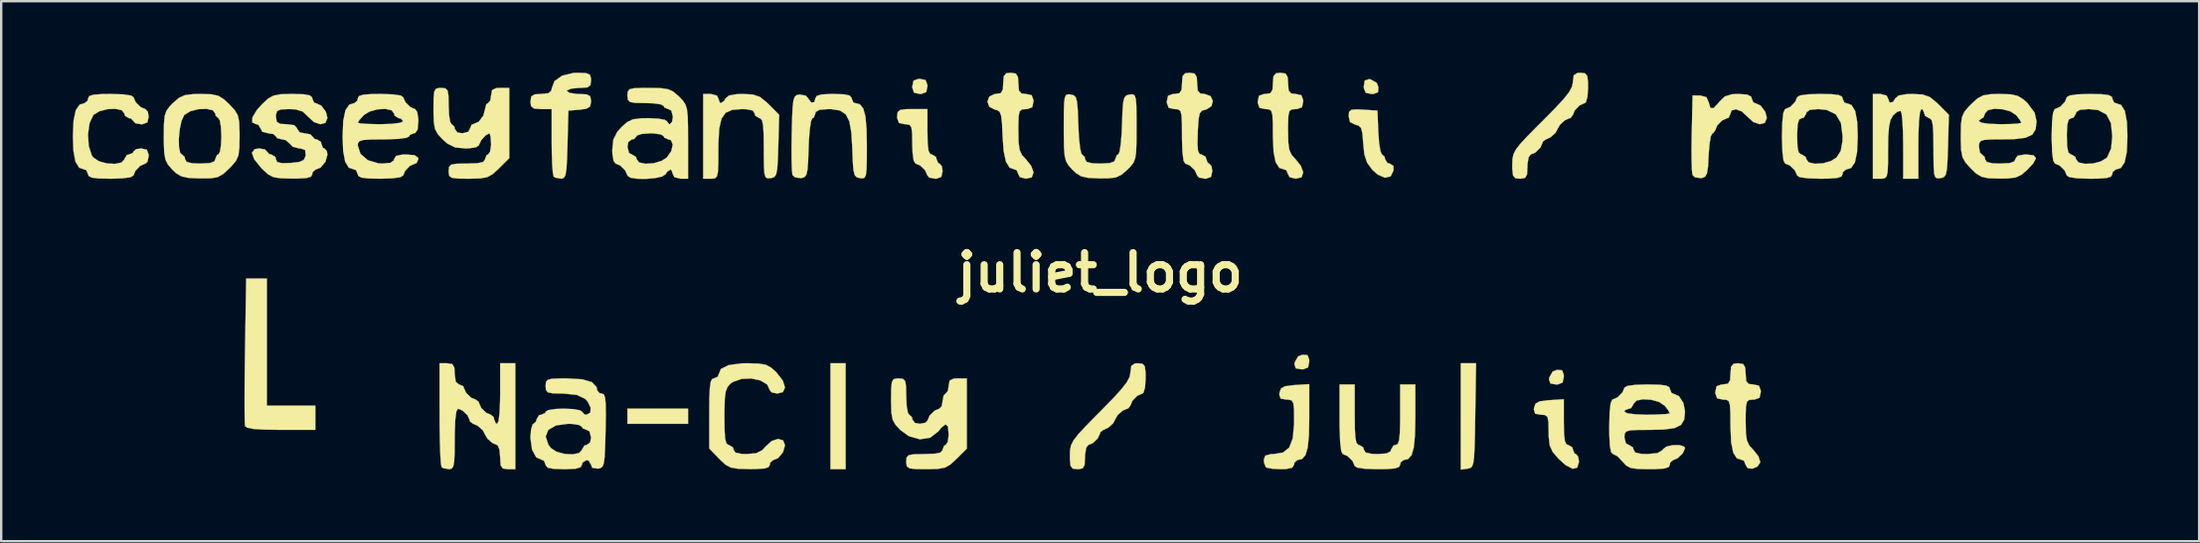
<source format=kicad_pcb>
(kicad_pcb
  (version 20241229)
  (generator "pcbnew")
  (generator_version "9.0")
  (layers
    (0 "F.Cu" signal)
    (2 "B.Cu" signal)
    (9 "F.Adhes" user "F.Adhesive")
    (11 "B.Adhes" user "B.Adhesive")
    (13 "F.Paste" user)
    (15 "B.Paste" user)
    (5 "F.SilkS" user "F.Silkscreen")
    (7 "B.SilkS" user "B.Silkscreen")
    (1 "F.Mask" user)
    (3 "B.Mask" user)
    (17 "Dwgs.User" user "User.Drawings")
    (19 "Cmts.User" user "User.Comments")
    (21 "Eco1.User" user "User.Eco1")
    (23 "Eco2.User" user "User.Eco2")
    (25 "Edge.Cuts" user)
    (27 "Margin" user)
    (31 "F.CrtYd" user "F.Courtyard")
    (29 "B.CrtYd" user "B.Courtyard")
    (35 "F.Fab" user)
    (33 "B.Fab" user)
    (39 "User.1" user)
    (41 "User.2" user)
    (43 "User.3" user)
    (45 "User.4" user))
  (footprint "juliet_logo"
    (layer "F.Cu")
    (at 43.058 8.387)
    (property "Reference" "juliet_logo" (at 0 0 0) (layer "F.SilkS") (effects (font (size 1.524 1.524) (thickness 0.3))))
    (attr through_hole)
    (fp_poly (pts (xy -17.272 6.35) (xy -19.812 6.35) (xy -19.812 5.715) (xy -17.272 5.715) (xy -17.272 6.35)) (stroke (width 0.01) (type solid)) (fill yes) (layer "F.SilkS"))
    (fp_poly (pts (xy -10.668 8.255) (xy -11.303 8.255) (xy -11.303 3.81) (xy -10.668 3.81) (xy -10.668 8.255)) (stroke (width 0.01) (type solid)) (fill yes) (layer "F.SilkS"))
    (fp_poly (pts (xy 8.691 3.469) (xy 8.76 3.65) (xy 8.763 3.738) (xy 8.714 3.983) (xy 8.517 4.062) (xy 8.437 4.064) (xy 8.199 4.023) (xy 8.143 3.855) (xy 8.151 3.778) (xy 8.296 3.522) (xy 8.477 3.452) (xy 8.691 3.469)) (stroke (width 0.01) (type solid)) (fill yes) (layer "F.SilkS"))
    (fp_poly (pts (xy 11.335 -8.105) (xy 11.591 -7.96) (xy 11.661 -7.779) (xy 11.644 -7.565) (xy 11.463 -7.496) (xy 11.375 -7.493) (xy 11.13 -7.542) (xy 11.051 -7.739) (xy 11.049 -7.819) (xy 11.09 -8.057) (xy 11.258 -8.113) (xy 11.335 -8.105)) (stroke (width 0.01) (type solid)) (fill yes) (layer "F.SilkS"))
    (fp_poly (pts (xy 19.359 4.104) (xy 19.428 4.285) (xy 19.431 4.373) (xy 19.382 4.618) (xy 19.185 4.697) (xy 19.105 4.699) (xy 18.867 4.658) (xy 18.811 4.49) (xy 18.819 4.413) (xy 18.964 4.157) (xy 19.145 4.087) (xy 19.359 4.104)) (stroke (width 0.01) (type solid)) (fill yes) (layer "F.SilkS"))
    (fp_poly (pts (xy -7.315 -8.076) (xy -7.24 -7.869) (xy -7.239 -7.811) (xy -7.291 -7.569) (xy -7.498 -7.494) (xy -7.556 -7.493) (xy -7.798 -7.545) (xy -7.873 -7.752) (xy -7.874 -7.811) (xy -7.822 -8.052) (xy -7.615 -8.127) (xy -7.556 -8.128) (xy -7.315 -8.076)) (stroke (width 0.01) (type solid)) (fill yes) (layer "F.SilkS"))
    (fp_poly (pts (xy 15.719 6.001) (xy 15.706 6.793) (xy 15.691 7.368) (xy 15.669 7.761) (xy 15.635 8.008) (xy 15.584 8.144) (xy 15.511 8.206) (xy 15.411 8.23) (xy 15.399 8.232) (xy 15.113 8.273) (xy 15.113 3.81) (xy 15.754 3.81) (xy 15.719 6.001)) (stroke (width 0.01) (type solid)) (fill yes) (layer "F.SilkS"))
    (fp_poly (pts (xy -34.925 5.588) (xy -32.893 5.588) (xy -32.893 6.604) (xy -34.34 6.604) (xy -35.029 6.595) (xy -35.491 6.565) (xy -35.753 6.512) (xy -35.837 6.445) (xy -35.849 6.278) (xy -35.856 5.894) (xy -35.858 5.331) (xy -35.855 4.626) (xy -35.847 3.817) (xy -35.839 3.27) (xy -35.79 0.254) (xy -34.925 0.254) (xy -34.925 5.588)) (stroke (width 0.01) (type solid)) (fill yes) (layer "F.SilkS"))
    (fp_poly (pts (xy 11.017 -6.833) (xy 11.62 -6.795) (xy 11.658 -5.874) (xy 11.691 -5.427) (xy 11.745 -5.1) (xy 11.808 -4.955) (xy 11.817 -4.953) (xy 11.924 -4.85) (xy 11.938 -4.763) (xy 12.04 -4.596) (xy 12.137 -4.572) (xy 12.288 -4.477) (xy 12.296 -4.286) (xy 12.173 -4.035) (xy 11.934 -3.977) (xy 11.628 -4.111) (xy 11.405 -4.312) (xy 11.188 -4.608) (xy 11.073 -4.953) (xy 11.024 -5.424) (xy 10.991 -5.844) (xy 10.93 -6.072) (xy 10.816 -6.173) (xy 10.7 -6.2) (xy 10.473 -6.311) (xy 10.414 -6.556) (xy 10.433 -6.745) (xy 10.536 -6.832) (xy 10.787 -6.846) (xy 11.017 -6.833)) (stroke (width 0.01) (type solid)) (fill yes) (layer "F.SilkS"))
    (fp_poly (pts (xy 19.431 6.28) (xy 19.441 6.784) (xy 19.477 7.081) (xy 19.547 7.216) (xy 19.622 7.239) (xy 19.79 7.341) (xy 19.812 7.429) (xy 19.881 7.599) (xy 19.939 7.62) (xy 20.034 7.729) (xy 20.066 7.938) (xy 19.996 8.19) (xy 19.803 8.238) (xy 19.507 8.085) (xy 19.209 7.816) (xy 18.964 7.53) (xy 18.841 7.259) (xy 18.799 6.894) (xy 18.796 6.678) (xy 18.788 6.275) (xy 18.746 6.063) (xy 18.642 5.982) (xy 18.47 5.969) (xy 18.232 5.928) (xy 18.176 5.76) (xy 18.184 5.683) (xy 18.246 5.505) (xy 18.414 5.41) (xy 18.756 5.364) (xy 18.828 5.359) (xy 19.431 5.32) (xy 19.431 6.28)) (stroke (width 0.01) (type solid)) (fill yes) (layer "F.SilkS"))
    (fp_poly (pts (xy -7.239 -5.905) (xy -7.229 -5.403) (xy -7.193 -5.108) (xy -7.122 -4.975) (xy -7.048 -4.953) (xy -6.88 -4.851) (xy -6.858 -4.763) (xy -6.789 -4.593) (xy -6.731 -4.572) (xy -6.636 -4.463) (xy -6.604 -4.255) (xy -6.656 -4.013) (xy -6.863 -3.938) (xy -6.921 -3.937) (xy -7.16 -3.984) (xy -7.239 -4.073) (xy -7.335 -4.289) (xy -7.546 -4.493) (xy -7.738 -4.572) (xy -7.815 -4.692) (xy -7.862 -5.024) (xy -7.874 -5.397) (xy -7.88 -5.841) (xy -7.911 -6.088) (xy -7.99 -6.196) (xy -8.14 -6.223) (xy -8.191 -6.223) (xy -8.433 -6.275) (xy -8.508 -6.482) (xy -8.509 -6.54) (xy -8.488 -6.729) (xy -8.383 -6.823) (xy -8.129 -6.855) (xy -7.874 -6.858) (xy -7.239 -6.858) (xy -7.239 -5.905)) (stroke (width 0.01) (type solid)) (fill yes) (layer "F.SilkS"))
    (fp_poly (pts (xy 8.763 6.098) (xy 8.749 6.828) (xy 8.699 7.338) (xy 8.606 7.661) (xy 8.46 7.828) (xy 8.264 7.874) (xy 8.143 7.977) (xy 8.128 8.065) (xy 8.05 8.192) (xy 7.789 8.249) (xy 7.578 8.255) (xy 7.221 8.237) (xy 6.982 8.192) (xy 6.943 8.17) (xy 6.87 7.984) (xy 6.858 7.853) (xy 6.922 7.686) (xy 7.154 7.623) (xy 7.274 7.62) (xy 7.664 7.556) (xy 7.924 7.346) (xy 8.072 6.957) (xy 8.127 6.361) (xy 8.128 6.222) (xy 8.124 5.758) (xy 8.097 5.492) (xy 8.027 5.37) (xy 7.894 5.336) (xy 7.802 5.334) (xy 7.564 5.293) (xy 7.508 5.125) (xy 7.516 5.048) (xy 7.578 4.87) (xy 7.746 4.775) (xy 8.088 4.729) (xy 8.16 4.724) (xy 8.763 4.685) (xy 8.763 6.098)) (stroke (width 0.01) (type solid)) (fill yes) (layer "F.SilkS"))
    (fp_poly (pts (xy 10.668 5.969) (xy 10.674 6.561) (xy 10.697 6.941) (xy 10.743 7.151) (xy 10.819 7.233) (xy 10.858 7.239) (xy 11.027 7.341) (xy 11.049 7.429) (xy 11.124 7.555) (xy 11.378 7.612) (xy 11.62 7.62) (xy 11.997 7.595) (xy 12.169 7.51) (xy 12.192 7.429) (xy 12.294 7.261) (xy 12.383 7.239) (xy 12.471 7.197) (xy 12.528 7.043) (xy 12.56 6.736) (xy 12.572 6.233) (xy 12.573 5.969) (xy 12.573 4.699) (xy 13.208 4.699) (xy 13.208 6.105) (xy 13.193 6.834) (xy 13.144 7.342) (xy 13.05 7.664) (xy 12.902 7.83) (xy 12.709 7.874) (xy 12.588 7.977) (xy 12.573 8.065) (xy 12.523 8.165) (xy 12.343 8.224) (xy 11.986 8.251) (xy 11.62 8.255) (xy 11.099 8.238) (xy 10.771 8.189) (xy 10.668 8.119) (xy 10.572 7.903) (xy 10.361 7.699) (xy 10.169 7.62) (xy 10.103 7.495) (xy 10.058 7.125) (xy 10.036 6.519) (xy 10.033 6.16) (xy 10.033 4.699) (xy 10.668 4.699) (xy 10.668 5.969)) (stroke (width 0.01) (type solid)) (fill yes) (layer "F.SilkS"))
    (fp_poly (pts (xy -21.554 -8.369) (xy -21.387 -8.304) (xy -21.338 -8.149) (xy -21.336 -8.065) (xy -21.364 -7.86) (xy -21.495 -7.769) (xy -21.8 -7.747) (xy -21.844 -7.747) (xy -22.162 -7.719) (xy -22.339 -7.648) (xy -22.352 -7.62) (xy -22.239 -7.54) (xy -21.958 -7.496) (xy -21.844 -7.493) (xy -21.516 -7.475) (xy -21.371 -7.393) (xy -21.336 -7.204) (xy -21.336 -7.183) (xy -21.373 -6.974) (xy -21.531 -6.873) (xy -21.812 -6.834) (xy -22.288 -6.795) (xy -22.324 -5.366) (xy -22.344 -4.743) (xy -22.37 -4.331) (xy -22.412 -4.088) (xy -22.476 -3.971) (xy -22.57 -3.937) (xy -22.589 -3.937) (xy -22.829 -3.979) (xy -22.902 -4.022) (xy -22.937 -4.176) (xy -22.965 -4.529) (xy -22.982 -5.023) (xy -22.987 -5.482) (xy -22.987 -6.858) (xy -23.431 -6.858) (xy -23.732 -6.882) (xy -23.855 -6.988) (xy -23.876 -7.176) (xy -23.843 -7.39) (xy -23.693 -7.478) (xy -23.431 -7.493) (xy -23.119 -7.525) (xy -22.996 -7.642) (xy -22.987 -7.719) (xy -22.871 -8.03) (xy -22.555 -8.258) (xy -22.088 -8.374) (xy -21.906 -8.382) (xy -21.554 -8.369)) (stroke (width 0.01) (type solid)) (fill yes) (layer "F.SilkS"))
    (fp_poly (pts (xy -3.532 -8.349) (xy -3.444 -8.199) (xy -3.429 -7.938) (xy -3.405 -7.637) (xy -3.299 -7.514) (xy -3.111 -7.493) (xy -2.87 -7.441) (xy -2.795 -7.234) (xy -2.794 -7.176) (xy -2.846 -6.934) (xy -3.053 -6.859) (xy -3.111 -6.858) (xy -3.276 -6.845) (xy -3.371 -6.771) (xy -3.415 -6.579) (xy -3.428 -6.216) (xy -3.429 -5.952) (xy -3.419 -5.459) (xy -3.375 -5.145) (xy -3.277 -4.932) (xy -3.111 -4.751) (xy -2.892 -4.475) (xy -2.794 -4.208) (xy -2.794 -4.197) (xy -2.865 -3.994) (xy -3.111 -3.937) (xy -3.367 -4.003) (xy -3.429 -4.128) (xy -3.502 -4.296) (xy -3.565 -4.318) (xy -3.792 -4.397) (xy -3.949 -4.652) (xy -4.046 -5.107) (xy -4.09 -5.732) (xy -4.113 -6.253) (xy -4.148 -6.572) (xy -4.21 -6.741) (xy -4.314 -6.814) (xy -4.413 -6.835) (xy -4.648 -6.958) (xy -4.724 -7.172) (xy -4.647 -7.382) (xy -4.422 -7.491) (xy -4.381 -7.493) (xy -4.167 -7.526) (xy -4.079 -7.676) (xy -4.064 -7.938) (xy -4.04 -8.238) (xy -3.934 -8.361) (xy -3.747 -8.382) (xy -3.532 -8.349)) (stroke (width 0.01) (type solid)) (fill yes) (layer "F.SilkS"))
    (fp_poly (pts (xy 27.121 -7.466) (xy 27.286 -7.377) (xy 27.305 -7.303) (xy 27.378 -7.134) (xy 27.441 -7.112) (xy 27.68 -7.004) (xy 27.873 -6.748) (xy 27.94 -6.486) (xy 27.853 -6.277) (xy 27.639 -6.223) (xy 27.369 -6.318) (xy 27.127 -6.54) (xy 26.888 -6.761) (xy 26.643 -6.852) (xy 26.463 -6.802) (xy 26.416 -6.668) (xy 26.343 -6.499) (xy 26.28 -6.477) (xy 26.064 -6.381) (xy 25.86 -6.17) (xy 25.781 -5.978) (xy 25.694 -5.847) (xy 25.66 -5.842) (xy 25.596 -5.726) (xy 25.54 -5.418) (xy 25.504 -4.983) (xy 25.501 -4.921) (xy 25.475 -4.443) (xy 25.432 -4.162) (xy 25.354 -4.022) (xy 25.222 -3.967) (xy 25.177 -3.96) (xy 24.927 -3.995) (xy 24.824 -4.094) (xy 24.801 -4.283) (xy 24.787 -4.67) (xy 24.784 -5.2) (xy 24.792 -5.817) (xy 24.793 -5.849) (xy 24.828 -7.429) (xy 25.146 -7.429) (xy 25.408 -7.36) (xy 25.504 -7.144) (xy 25.574 -6.908) (xy 25.702 -6.897) (xy 25.911 -7.113) (xy 25.959 -7.176) (xy 26.181 -7.39) (xy 26.481 -7.481) (xy 26.751 -7.493) (xy 27.121 -7.466)) (stroke (width 0.01) (type solid)) (fill yes) (layer "F.SilkS"))
    (fp_poly (pts (xy -14.553 -7.47) (xy -14.258 -7.368) (xy -13.971 -7.137) (xy -13.889 -7.057) (xy -13.453 -6.62) (xy -13.489 -5.31) (xy -13.509 -4.722) (xy -13.535 -4.34) (xy -13.58 -4.118) (xy -13.654 -4.01) (xy -13.768 -3.967) (xy -13.811 -3.96) (xy -13.941 -3.952) (xy -14.023 -4.002) (xy -14.07 -4.154) (xy -14.091 -4.454) (xy -14.097 -4.946) (xy -14.097 -5.198) (xy -14.103 -5.793) (xy -14.126 -6.175) (xy -14.172 -6.387) (xy -14.246 -6.47) (xy -14.287 -6.477) (xy -14.456 -6.579) (xy -14.478 -6.668) (xy -14.556 -6.796) (xy -14.821 -6.852) (xy -15.021 -6.858) (xy -15.42 -6.826) (xy -15.696 -6.704) (xy -15.871 -6.455) (xy -15.965 -6.043) (xy -16 -5.429) (xy -16.002 -5.142) (xy -16.004 -4.584) (xy -16.019 -4.231) (xy -16.06 -4.038) (xy -16.138 -3.956) (xy -16.266 -3.937) (xy -16.32 -3.937) (xy -16.637 -3.937) (xy -16.637 -7.493) (xy -16.32 -7.493) (xy -16.064 -7.427) (xy -16.002 -7.303) (xy -15.941 -7.133) (xy -15.889 -7.112) (xy -15.75 -7.213) (xy -15.702 -7.303) (xy -15.554 -7.429) (xy -15.213 -7.487) (xy -14.977 -7.493) (xy -14.553 -7.47)) (stroke (width 0.01) (type solid)) (fill yes) (layer "F.SilkS"))
    (fp_poly (pts (xy 1.776 3.831) (xy 1.87 3.936) (xy 1.902 4.19) (xy 1.905 4.445) (xy 1.88 4.824) (xy 1.815 5.047) (xy 1.769 5.08) (xy 1.553 5.176) (xy 1.349 5.387) (xy 1.27 5.579) (xy 1.172 5.709) (xy 1.134 5.715) (xy 0.943 5.798) (xy 0.738 5.979) (xy 0.635 6.152) (xy 0.635 6.16) (xy 0.542 6.33) (xy 0.339 6.513) (xy 0.144 6.604) (xy 0.136 6.604) (xy 0.006 6.702) (xy 0 6.74) (xy -0.096 6.956) (xy -0.307 7.16) (xy -0.499 7.239) (xy -0.584 7.352) (xy -0.632 7.633) (xy -0.635 7.747) (xy -0.652 8.074) (xy -0.734 8.22) (xy -0.925 8.255) (xy -0.953 8.255) (xy -1.148 8.231) (xy -1.241 8.115) (xy -1.269 7.838) (xy -1.27 7.684) (xy -1.262 7.45) (xy -1.221 7.252) (xy -1.119 7.049) (xy -0.928 6.8) (xy -0.619 6.465) (xy -0.167 6.003) (xy 0 5.836) (xy 0.524 5.3) (xy 0.887 4.901) (xy 1.115 4.607) (xy 1.234 4.383) (xy 1.27 4.195) (xy 1.27 4.185) (xy 1.306 3.915) (xy 1.456 3.818) (xy 1.587 3.81) (xy 1.776 3.831)) (stroke (width 0.01) (type solid)) (fill yes) (layer "F.SilkS"))
    (fp_poly (pts (xy 20.318 -8.361) (xy 20.412 -8.256) (xy 20.444 -8.002) (xy 20.447 -7.747) (xy 20.422 -7.368) (xy 20.357 -7.145) (xy 20.311 -7.112) (xy 20.095 -7.016) (xy 19.891 -6.805) (xy 19.812 -6.613) (xy 19.714 -6.483) (xy 19.676 -6.477) (xy 19.485 -6.394) (xy 19.28 -6.213) (xy 19.177 -6.04) (xy 19.177 -6.033) (xy 19.084 -5.862) (xy 18.881 -5.679) (xy 18.686 -5.588) (xy 18.678 -5.588) (xy 18.548 -5.49) (xy 18.542 -5.452) (xy 18.446 -5.236) (xy 18.235 -5.032) (xy 18.043 -4.953) (xy 17.958 -4.84) (xy 17.91 -4.559) (xy 17.907 -4.445) (xy 17.89 -4.118) (xy 17.808 -3.972) (xy 17.617 -3.937) (xy 17.59 -3.937) (xy 17.395 -3.96) (xy 17.302 -4.075) (xy 17.273 -4.348) (xy 17.272 -4.518) (xy 17.279 -4.755) (xy 17.318 -4.953) (xy 17.418 -5.155) (xy 17.606 -5.399) (xy 17.91 -5.727) (xy 18.358 -6.179) (xy 18.542 -6.362) (xy 19.065 -6.892) (xy 19.428 -7.285) (xy 19.655 -7.575) (xy 19.774 -7.797) (xy 19.812 -7.986) (xy 19.812 -8.004) (xy 19.847 -8.275) (xy 19.994 -8.373) (xy 20.13 -8.382) (xy 20.318 -8.361)) (stroke (width 0.01) (type solid)) (fill yes) (layer "F.SilkS"))
    (fp_poly (pts (xy 7.771 -8.349) (xy 7.859 -8.199) (xy 7.874 -7.938) (xy 7.898 -7.637) (xy 8.004 -7.514) (xy 8.191 -7.493) (xy 8.433 -7.441) (xy 8.508 -7.234) (xy 8.509 -7.176) (xy 8.457 -6.934) (xy 8.25 -6.859) (xy 8.191 -6.858) (xy 8.027 -6.845) (xy 7.932 -6.771) (xy 7.888 -6.579) (xy 7.875 -6.216) (xy 7.874 -5.952) (xy 7.884 -5.459) (xy 7.928 -5.145) (xy 8.026 -4.932) (xy 8.191 -4.751) (xy 8.411 -4.475) (xy 8.509 -4.208) (xy 8.509 -4.197) (xy 8.438 -3.994) (xy 8.191 -3.937) (xy 7.936 -4.003) (xy 7.874 -4.128) (xy 7.801 -4.296) (xy 7.738 -4.318) (xy 7.508 -4.391) (xy 7.355 -4.63) (xy 7.268 -5.06) (xy 7.239 -5.711) (xy 7.239 -5.769) (xy 7.236 -6.295) (xy 7.218 -6.616) (xy 7.169 -6.784) (xy 7.076 -6.848) (xy 6.924 -6.858) (xy 6.921 -6.858) (xy 6.68 -6.91) (xy 6.605 -7.117) (xy 6.604 -7.176) (xy 6.656 -7.417) (xy 6.863 -7.492) (xy 6.921 -7.493) (xy 7.136 -7.526) (xy 7.224 -7.676) (xy 7.239 -7.938) (xy 7.263 -8.238) (xy 7.369 -8.361) (xy 7.556 -8.382) (xy 7.771 -8.349)) (stroke (width 0.01) (type solid)) (fill yes) (layer "F.SilkS"))
    (fp_poly (pts (xy 26.948 3.843) (xy 27.036 3.993) (xy 27.051 4.255) (xy 27.075 4.555) (xy 27.181 4.678) (xy 27.369 4.699) (xy 27.61 4.751) (xy 27.685 4.958) (xy 27.686 5.016) (xy 27.634 5.258) (xy 27.427 5.333) (xy 27.369 5.334) (xy 27.204 5.347) (xy 27.109 5.421) (xy 27.065 5.613) (xy 27.052 5.976) (xy 27.051 6.24) (xy 27.061 6.731) (xy 27.104 7.045) (xy 27.202 7.258) (xy 27.374 7.446) (xy 27.377 7.449) (xy 27.587 7.712) (xy 27.664 7.951) (xy 27.662 7.971) (xy 27.542 8.148) (xy 27.333 8.234) (xy 27.136 8.213) (xy 27.051 8.073) (xy 26.98 7.899) (xy 26.915 7.874) (xy 26.685 7.801) (xy 26.532 7.562) (xy 26.445 7.132) (xy 26.416 6.481) (xy 26.416 6.423) (xy 26.413 5.897) (xy 26.395 5.576) (xy 26.346 5.408) (xy 26.253 5.344) (xy 26.101 5.334) (xy 26.099 5.334) (xy 25.857 5.282) (xy 25.782 5.075) (xy 25.781 5.016) (xy 25.833 4.775) (xy 26.04 4.7) (xy 26.099 4.699) (xy 26.313 4.666) (xy 26.401 4.516) (xy 26.416 4.255) (xy 26.44 3.954) (xy 26.546 3.831) (xy 26.733 3.81) (xy 26.948 3.843)) (stroke (width 0.01) (type solid)) (fill yes) (layer "F.SilkS"))
    (fp_poly (pts (xy 3.961 -8.349) (xy 4.049 -8.199) (xy 4.064 -7.938) (xy 4.088 -7.637) (xy 4.194 -7.514) (xy 4.381 -7.493) (xy 4.626 -7.404) (xy 4.723 -7.202) (xy 4.666 -6.983) (xy 4.453 -6.843) (xy 4.413 -6.835) (xy 4.264 -6.792) (xy 4.174 -6.679) (xy 4.125 -6.44) (xy 4.096 -6.017) (xy 4.09 -5.874) (xy 4.079 -5.388) (xy 4.101 -5.105) (xy 4.165 -4.977) (xy 4.249 -4.953) (xy 4.421 -4.854) (xy 4.445 -4.763) (xy 4.514 -4.593) (xy 4.572 -4.572) (xy 4.667 -4.463) (xy 4.699 -4.255) (xy 4.647 -4.013) (xy 4.44 -3.938) (xy 4.381 -3.937) (xy 4.143 -3.984) (xy 4.064 -4.073) (xy 3.968 -4.289) (xy 3.757 -4.493) (xy 3.565 -4.572) (xy 3.494 -4.695) (xy 3.448 -5.052) (xy 3.429 -5.622) (xy 3.429 -5.715) (xy 3.426 -6.256) (xy 3.41 -6.592) (xy 3.366 -6.772) (xy 3.28 -6.844) (xy 3.14 -6.858) (xy 3.111 -6.858) (xy 2.87 -6.91) (xy 2.795 -7.117) (xy 2.794 -7.176) (xy 2.846 -7.417) (xy 3.053 -7.492) (xy 3.111 -7.493) (xy 3.326 -7.526) (xy 3.414 -7.676) (xy 3.429 -7.938) (xy 3.453 -8.238) (xy 3.559 -8.361) (xy 3.747 -8.382) (xy 3.961 -8.349)) (stroke (width 0.01) (type solid)) (fill yes) (layer "F.SilkS"))
    (fp_poly (pts (xy 34.469 -7.47) (xy 34.764 -7.368) (xy 35.051 -7.137) (xy 35.133 -7.057) (xy 35.569 -6.62) (xy 35.533 -5.31) (xy 35.513 -4.722) (xy 35.487 -4.34) (xy 35.442 -4.118) (xy 35.368 -4.01) (xy 35.254 -3.967) (xy 35.211 -3.96) (xy 35.081 -3.952) (xy 34.999 -4.002) (xy 34.952 -4.154) (xy 34.931 -4.454) (xy 34.925 -4.946) (xy 34.925 -5.198) (xy 34.919 -5.793) (xy 34.896 -6.175) (xy 34.85 -6.387) (xy 34.776 -6.47) (xy 34.734 -6.477) (xy 34.566 -6.579) (xy 34.544 -6.668) (xy 34.475 -6.837) (xy 34.417 -6.858) (xy 34.36 -6.736) (xy 34.319 -6.391) (xy 34.295 -5.854) (xy 34.29 -5.397) (xy 34.29 -3.937) (xy 33.655 -3.937) (xy 33.655 -5.327) (xy 33.646 -5.894) (xy 33.622 -6.363) (xy 33.586 -6.677) (xy 33.551 -6.78) (xy 33.401 -6.745) (xy 33.233 -6.596) (xy 33.126 -6.412) (xy 33.061 -6.126) (xy 33.028 -5.687) (xy 33.02 -5.142) (xy 33.018 -4.584) (xy 33.003 -4.231) (xy 32.962 -4.038) (xy 32.884 -3.956) (xy 32.756 -3.937) (xy 32.703 -3.937) (xy 32.385 -3.937) (xy 32.385 -7.493) (xy 32.703 -7.493) (xy 32.958 -7.427) (xy 33.02 -7.303) (xy 33.086 -7.131) (xy 33.224 -7.156) (xy 33.32 -7.303) (xy 33.468 -7.429) (xy 33.809 -7.487) (xy 34.045 -7.493) (xy 34.469 -7.47)) (stroke (width 0.01) (type solid)) (fill yes) (layer "F.SilkS"))
    (fp_poly (pts (xy -1.238 -7.47) (xy -1.106 -7.436) (xy -1.021 -7.348) (xy -0.969 -7.157) (xy -0.939 -6.814) (xy -0.919 -6.271) (xy -0.916 -6.191) (xy -0.889 -5.662) (xy -0.845 -5.247) (xy -0.792 -4.999) (xy -0.757 -4.953) (xy -0.649 -4.85) (xy -0.635 -4.763) (xy -0.567 -4.643) (xy -0.332 -4.584) (xy 0 -4.572) (xy 0.399 -4.592) (xy 0.594 -4.663) (xy 0.635 -4.763) (xy 0.701 -4.932) (xy 0.757 -4.953) (xy 0.813 -5.071) (xy 0.864 -5.39) (xy 0.902 -5.855) (xy 0.916 -6.191) (xy 0.936 -6.761) (xy 0.965 -7.125) (xy 1.013 -7.332) (xy 1.094 -7.43) (xy 1.22 -7.467) (xy 1.238 -7.47) (xy 1.363 -7.479) (xy 1.444 -7.433) (xy 1.492 -7.291) (xy 1.516 -7.01) (xy 1.523 -6.547) (xy 1.524 -6.101) (xy 1.522 -5.485) (xy 1.507 -5.067) (xy 1.468 -4.792) (xy 1.393 -4.603) (xy 1.268 -4.444) (xy 1.139 -4.314) (xy 0.895 -4.102) (xy 0.657 -3.991) (xy 0.33 -3.951) (xy -0.036 -3.949) (xy -0.498 -3.971) (xy -0.798 -4.039) (xy -1.026 -4.182) (xy -1.175 -4.325) (xy -1.327 -4.496) (xy -1.427 -4.665) (xy -1.486 -4.889) (xy -1.514 -5.223) (xy -1.523 -5.723) (xy -1.524 -6.1) (xy -1.522 -6.713) (xy -1.511 -7.115) (xy -1.48 -7.348) (xy -1.423 -7.456) (xy -1.329 -7.48) (xy -1.238 -7.47)) (stroke (width 0.01) (type solid)) (fill yes) (layer "F.SilkS"))
    (fp_poly (pts (xy -14.322 3.821) (xy -14.016 3.873) (xy -13.79 3.992) (xy -13.579 4.181) (xy -13.303 4.532) (xy -13.208 4.824) (xy -13.297 5.02) (xy -13.525 5.08) (xy -13.764 5.033) (xy -13.843 4.944) (xy -13.954 4.701) (xy -14.238 4.532) (xy -14.622 4.449) (xy -15.031 4.465) (xy -15.393 4.593) (xy -15.493 4.664) (xy -15.615 4.8) (xy -15.692 4.992) (xy -15.732 5.297) (xy -15.747 5.772) (xy -15.748 6.061) (xy -15.741 6.628) (xy -15.715 6.985) (xy -15.663 7.174) (xy -15.579 7.237) (xy -15.557 7.239) (xy -15.389 7.341) (xy -15.367 7.429) (xy -15.29 7.557) (xy -15.03 7.613) (xy -14.813 7.62) (xy -14.413 7.585) (xy -14.155 7.452) (xy -14.021 7.303) (xy -13.764 7.071) (xy -13.496 6.984) (xy -13.287 7.047) (xy -13.208 7.248) (xy -13.294 7.548) (xy -13.498 7.79) (xy -13.707 7.874) (xy -13.828 7.977) (xy -13.843 8.065) (xy -13.896 8.169) (xy -14.085 8.227) (xy -14.46 8.249) (xy -14.7 8.25) (xy -15.17 8.238) (xy -15.474 8.188) (xy -15.698 8.071) (xy -15.931 7.857) (xy -15.97 7.816) (xy -16.383 7.388) (xy -16.383 5.916) (xy -16.378 5.272) (xy -16.359 4.843) (xy -16.322 4.588) (xy -16.262 4.469) (xy -16.192 4.445) (xy -16.024 4.372) (xy -16.002 4.309) (xy -15.896 4.05) (xy -15.572 3.887) (xy -15.022 3.814) (xy -14.795 3.81) (xy -14.322 3.821)) (stroke (width 0.01) (type solid)) (fill yes) (layer "F.SilkS"))
    (fp_poly (pts (xy -10.734 -7.478) (xy -10.496 -7.427) (xy -10.416 -7.325) (xy -10.414 -7.303) (xy -10.341 -7.134) (xy -10.278 -7.112) (xy -10.073 -7.061) (xy -9.93 -6.886) (xy -9.839 -6.555) (xy -9.792 -6.035) (xy -9.779 -5.334) (xy -9.781 -4.72) (xy -9.792 -4.317) (xy -9.822 -4.083) (xy -9.88 -3.975) (xy -9.973 -3.95) (xy -10.065 -3.96) (xy -10.199 -3.995) (xy -10.286 -4.087) (xy -10.337 -4.285) (xy -10.367 -4.64) (xy -10.387 -5.179) (xy -10.427 -5.87) (xy -10.512 -6.345) (xy -10.665 -6.642) (xy -10.908 -6.8) (xy -11.264 -6.855) (xy -11.395 -6.858) (xy -11.761 -6.83) (xy -11.922 -6.738) (xy -11.938 -6.668) (xy -12.004 -6.498) (xy -12.06 -6.477) (xy -12.116 -6.359) (xy -12.167 -6.04) (xy -12.205 -5.575) (xy -12.219 -5.239) (xy -12.239 -4.669) (xy -12.268 -4.305) (xy -12.316 -4.098) (xy -12.397 -4) (xy -12.523 -3.963) (xy -12.542 -3.96) (xy -12.792 -3.995) (xy -12.895 -4.094) (xy -12.918 -4.283) (xy -12.932 -4.67) (xy -12.935 -5.2) (xy -12.927 -5.817) (xy -12.926 -5.849) (xy -12.909 -6.506) (xy -12.888 -6.951) (xy -12.854 -7.228) (xy -12.799 -7.379) (xy -12.715 -7.446) (xy -12.604 -7.47) (xy -12.336 -7.424) (xy -12.241 -7.311) (xy -12.109 -7.134) (xy -11.98 -7.151) (xy -11.938 -7.303) (xy -11.879 -7.413) (xy -11.672 -7.473) (xy -11.268 -7.493) (xy -11.176 -7.493) (xy -10.734 -7.478)) (stroke (width 0.01) (type solid)) (fill yes) (layer "F.SilkS"))
    (fp_poly (pts (xy -27.154 3.843) (xy -27.066 3.993) (xy -27.051 4.255) (xy -27.01 4.583) (xy -26.878 4.698) (xy -26.86 4.699) (xy -26.692 4.772) (xy -26.67 4.835) (xy -26.574 5.051) (xy -26.363 5.255) (xy -26.171 5.334) (xy -26.041 5.432) (xy -26.035 5.47) (xy -25.939 5.686) (xy -25.728 5.89) (xy -25.536 5.969) (xy -25.415 6.072) (xy -25.4 6.16) (xy -25.331 6.329) (xy -25.273 6.35) (xy -25.214 6.229) (xy -25.171 5.891) (xy -25.149 5.373) (xy -25.146 5.08) (xy -25.146 3.81) (xy -24.511 3.81) (xy -24.511 8.255) (xy -24.828 8.255) (xy -25.033 8.227) (xy -25.124 8.096) (xy -25.146 7.791) (xy -25.146 7.747) (xy -25.176 7.429) (xy -25.252 7.252) (xy -25.282 7.239) (xy -25.473 7.156) (xy -25.678 6.975) (xy -25.781 6.802) (xy -25.781 6.795) (xy -25.874 6.624) (xy -26.077 6.441) (xy -26.272 6.35) (xy -26.28 6.35) (xy -26.41 6.252) (xy -26.416 6.214) (xy -26.512 5.998) (xy -26.723 5.794) (xy -26.915 5.715) (xy -26.984 5.839) (xy -27.03 6.202) (xy -27.05 6.788) (xy -27.051 6.985) (xy -27.055 7.565) (xy -27.073 7.937) (xy -27.114 8.145) (xy -27.185 8.236) (xy -27.284 8.255) (xy -27.525 8.214) (xy -27.601 8.17) (xy -27.629 8.021) (xy -27.653 7.662) (xy -27.672 7.136) (xy -27.683 6.486) (xy -27.686 5.948) (xy -27.686 3.81) (xy -27.369 3.81) (xy -27.154 3.843)) (stroke (width 0.01) (type solid)) (fill yes) (layer "F.SilkS"))
    (fp_poly (pts (xy 30.665 -7.483) (xy 30.96 -7.447) (xy 31.093 -7.376) (xy 31.115 -7.303) (xy 31.188 -7.134) (xy 31.251 -7.112) (xy 31.486 -7.033) (xy 31.642 -6.78) (xy 31.727 -6.326) (xy 31.75 -5.715) (xy 31.722 -5.057) (xy 31.631 -4.621) (xy 31.469 -4.384) (xy 31.251 -4.318) (xy 31.13 -4.215) (xy 31.115 -4.128) (xy 31.065 -4.027) (xy 30.885 -3.968) (xy 30.528 -3.941) (xy 30.163 -3.937) (xy 29.641 -3.954) (xy 29.313 -4.003) (xy 29.21 -4.073) (xy 29.114 -4.289) (xy 28.903 -4.493) (xy 28.711 -4.572) (xy 28.64 -4.695) (xy 28.594 -5.052) (xy 28.575 -5.622) (xy 28.575 -5.715) (xy 29.21 -5.715) (xy 29.225 -5.273) (xy 29.276 -5.035) (xy 29.378 -4.955) (xy 29.401 -4.953) (xy 29.569 -4.851) (xy 29.591 -4.763) (xy 29.697 -4.621) (xy 29.96 -4.563) (xy 30.299 -4.584) (xy 30.633 -4.68) (xy 30.861 -4.826) (xy 31.037 -5.102) (xy 31.11 -5.512) (xy 31.115 -5.715) (xy 31.046 -6.277) (xy 30.829 -6.641) (xy 30.446 -6.825) (xy 30.099 -6.858) (xy 29.746 -6.827) (xy 29.6 -6.722) (xy 29.591 -6.668) (xy 29.489 -6.499) (xy 29.401 -6.477) (xy 29.29 -6.418) (xy 29.23 -6.211) (xy 29.21 -5.807) (xy 29.21 -5.715) (xy 28.575 -5.715) (xy 28.59 -6.313) (xy 28.632 -6.699) (xy 28.7 -6.856) (xy 28.711 -6.858) (xy 28.927 -6.954) (xy 29.131 -7.165) (xy 29.21 -7.357) (xy 29.331 -7.431) (xy 29.675 -7.478) (xy 30.163 -7.493) (xy 30.665 -7.483)) (stroke (width 0.01) (type solid)) (fill yes) (layer "F.SilkS"))
    (fp_poly (pts (xy 41.968 -7.483) (xy 42.263 -7.447) (xy 42.396 -7.376) (xy 42.418 -7.303) (xy 42.491 -7.134) (xy 42.554 -7.112) (xy 42.789 -7.033) (xy 42.945 -6.78) (xy 43.03 -6.326) (xy 43.053 -5.715) (xy 43.025 -5.057) (xy 42.934 -4.621) (xy 42.772 -4.384) (xy 42.554 -4.318) (xy 42.433 -4.215) (xy 42.418 -4.128) (xy 42.368 -4.027) (xy 42.188 -3.968) (xy 41.831 -3.941) (xy 41.465 -3.937) (xy 40.944 -3.954) (xy 40.616 -4.003) (xy 40.513 -4.073) (xy 40.417 -4.289) (xy 40.206 -4.493) (xy 40.014 -4.572) (xy 39.943 -4.695) (xy 39.897 -5.052) (xy 39.878 -5.622) (xy 39.878 -5.715) (xy 40.513 -5.715) (xy 40.528 -5.273) (xy 40.579 -5.035) (xy 40.681 -4.955) (xy 40.703 -4.953) (xy 40.872 -4.851) (xy 40.894 -4.763) (xy 41 -4.622) (xy 41.265 -4.561) (xy 41.605 -4.575) (xy 41.939 -4.661) (xy 42.186 -4.813) (xy 42.199 -4.827) (xy 42.368 -5.201) (xy 42.418 -5.715) (xy 42.36 -6.276) (xy 42.169 -6.635) (xy 41.823 -6.819) (xy 41.437 -6.858) (xy 41.071 -6.83) (xy 40.91 -6.738) (xy 40.894 -6.668) (xy 40.792 -6.499) (xy 40.703 -6.477) (xy 40.593 -6.418) (xy 40.533 -6.211) (xy 40.513 -5.807) (xy 40.513 -5.715) (xy 39.878 -5.715) (xy 39.893 -6.313) (xy 39.935 -6.699) (xy 40.003 -6.856) (xy 40.014 -6.858) (xy 40.23 -6.954) (xy 40.434 -7.165) (xy 40.513 -7.357) (xy 40.634 -7.431) (xy 40.978 -7.478) (xy 41.465 -7.493) (xy 41.968 -7.483)) (stroke (width 0.01) (type solid)) (fill yes) (layer "F.SilkS"))
    (fp_poly (pts (xy -37.253 -7.48) (xy -36.958 -7.416) (xy -36.717 -7.265) (xy -36.5 -7.061) (xy -36.274 -6.819) (xy -36.145 -6.603) (xy -36.085 -6.33) (xy -36.069 -5.917) (xy -36.068 -5.715) (xy -36.076 -5.23) (xy -36.117 -4.915) (xy -36.217 -4.688) (xy -36.405 -4.465) (xy -36.5 -4.369) (xy -36.758 -4.131) (xy -36.987 -4.003) (xy -37.283 -3.953) (xy -37.738 -3.949) (xy -37.738 -3.949) (xy -38.204 -3.97) (xy -38.505 -4.035) (xy -38.732 -4.171) (xy -38.894 -4.325) (xy -39.069 -4.529) (xy -39.174 -4.736) (xy -39.225 -5.02) (xy -39.242 -5.452) (xy -39.243 -5.624) (xy -38.613 -5.624) (xy -38.607 -5.264) (xy -38.554 -5.018) (xy -38.481 -4.953) (xy -38.368 -4.85) (xy -38.354 -4.763) (xy -38.286 -4.643) (xy -38.051 -4.584) (xy -37.719 -4.572) (xy -37.32 -4.592) (xy -37.125 -4.663) (xy -37.084 -4.763) (xy -37.015 -4.932) (xy -36.957 -4.953) (xy -36.889 -5.069) (xy -36.843 -5.371) (xy -36.83 -5.715) (xy -36.849 -6.121) (xy -36.9 -6.396) (xy -36.957 -6.477) (xy -37.07 -6.58) (xy -37.084 -6.668) (xy -37.19 -6.808) (xy -37.455 -6.869) (xy -37.795 -6.855) (xy -38.129 -6.769) (xy -38.376 -6.617) (xy -38.389 -6.603) (xy -38.499 -6.37) (xy -38.575 -6.018) (xy -38.613 -5.624) (xy -39.243 -5.624) (xy -39.243 -5.714) (xy -39.237 -6.232) (xy -39.206 -6.567) (xy -39.129 -6.794) (xy -38.988 -6.984) (xy -38.858 -7.116) (xy -38.606 -7.332) (xy -38.355 -7.445) (xy -38.006 -7.488) (xy -37.702 -7.493) (xy -37.253 -7.48)) (stroke (width 0.01) (type solid)) (fill yes) (layer "F.SilkS"))
    (fp_poly (pts (xy -40.944 -7.476) (xy -40.616 -7.427) (xy -40.513 -7.357) (xy -40.417 -7.141) (xy -40.206 -6.937) (xy -40.014 -6.858) (xy -39.912 -6.749) (xy -39.878 -6.54) (xy -39.93 -6.299) (xy -40.137 -6.224) (xy -40.196 -6.223) (xy -40.434 -6.266) (xy -40.513 -6.35) (xy -40.616 -6.463) (xy -40.703 -6.477) (xy -40.872 -6.579) (xy -40.894 -6.668) (xy -41 -6.808) (xy -41.265 -6.869) (xy -41.605 -6.855) (xy -41.939 -6.769) (xy -42.186 -6.617) (xy -42.199 -6.603) (xy -42.357 -6.263) (xy -42.42 -5.796) (xy -42.389 -5.312) (xy -42.262 -4.919) (xy -42.199 -4.827) (xy -41.963 -4.67) (xy -41.632 -4.579) (xy -41.289 -4.559) (xy -41.016 -4.615) (xy -40.895 -4.749) (xy -40.894 -4.763) (xy -40.792 -4.931) (xy -40.703 -4.953) (xy -40.534 -5.022) (xy -40.513 -5.08) (xy -40.404 -5.175) (xy -40.196 -5.207) (xy -39.954 -5.155) (xy -39.879 -4.948) (xy -39.878 -4.889) (xy -39.925 -4.651) (xy -40.014 -4.572) (xy -40.23 -4.476) (xy -40.434 -4.265) (xy -40.513 -4.073) (xy -40.634 -3.999) (xy -40.978 -3.952) (xy -41.465 -3.937) (xy -41.968 -3.947) (xy -42.263 -3.983) (xy -42.396 -4.054) (xy -42.418 -4.128) (xy -42.491 -4.296) (xy -42.554 -4.318) (xy -42.789 -4.397) (xy -42.945 -4.65) (xy -43.03 -5.104) (xy -43.053 -5.715) (xy -43.025 -6.373) (xy -42.934 -6.809) (xy -42.772 -7.046) (xy -42.554 -7.112) (xy -42.433 -7.215) (xy -42.418 -7.303) (xy -42.368 -7.403) (xy -42.188 -7.462) (xy -41.831 -7.489) (xy -41.465 -7.493) (xy -40.944 -7.476)) (stroke (width 0.01) (type solid)) (fill yes) (layer "F.SilkS"))
    (fp_poly (pts (xy -5.588 7.391) (xy -6.02 7.823) (xy -6.274 8.058) (xy -6.503 8.187) (xy -6.798 8.243) (xy -7.248 8.255) (xy -7.29 8.255) (xy -7.738 8.25) (xy -7.989 8.219) (xy -8.1 8.142) (xy -8.127 7.996) (xy -8.128 7.938) (xy -8.112 7.762) (xy -8.024 7.667) (xy -7.804 7.628) (xy -7.393 7.62) (xy -7.366 7.62) (xy -6.924 7.605) (xy -6.686 7.554) (xy -6.606 7.452) (xy -6.604 7.429) (xy -6.535 7.26) (xy -6.477 7.239) (xy -6.393 7.127) (xy -6.351 6.853) (xy -6.35 6.795) (xy -6.38 6.462) (xy -6.478 6.371) (xy -6.662 6.517) (xy -6.782 6.668) (xy -7.124 6.934) (xy -7.556 7) (xy -8.017 6.869) (xy -8.378 6.608) (xy -8.582 6.387) (xy -8.698 6.173) (xy -8.75 5.882) (xy -8.763 5.433) (xy -8.763 5.338) (xy -8.758 4.872) (xy -8.731 4.605) (xy -8.663 4.482) (xy -8.532 4.447) (xy -8.445 4.445) (xy -8.27 4.461) (xy -8.175 4.549) (xy -8.136 4.769) (xy -8.128 5.18) (xy -8.128 5.207) (xy -8.109 5.613) (xy -8.058 5.888) (xy -8.001 5.969) (xy -7.888 6.072) (xy -7.874 6.16) (xy -7.764 6.313) (xy -7.556 6.35) (xy -7.318 6.303) (xy -7.239 6.214) (xy -7.143 5.998) (xy -6.932 5.794) (xy -6.74 5.715) (xy -6.638 5.606) (xy -6.604 5.397) (xy -6.561 5.159) (xy -6.477 5.08) (xy -6.382 4.971) (xy -6.35 4.763) (xy -6.309 4.536) (xy -6.135 4.453) (xy -5.969 4.445) (xy -5.588 4.445) (xy -5.588 7.391)) (stroke (width 0.01) (type solid)) (fill yes) (layer "F.SilkS"))
    (fp_poly (pts (xy -24.765 -4.801) (xy -25.197 -4.369) (xy -25.451 -4.134) (xy -25.68 -4.005) (xy -25.975 -3.949) (xy -26.425 -3.937) (xy -26.467 -3.937) (xy -26.915 -3.942) (xy -27.166 -3.973) (xy -27.277 -4.05) (xy -27.304 -4.196) (xy -27.305 -4.255) (xy -27.289 -4.43) (xy -27.201 -4.525) (xy -26.981 -4.564) (xy -26.57 -4.572) (xy -26.543 -4.572) (xy -26.101 -4.587) (xy -25.863 -4.638) (xy -25.783 -4.74) (xy -25.781 -4.763) (xy -25.712 -4.932) (xy -25.654 -4.953) (xy -25.57 -5.065) (xy -25.528 -5.339) (xy -25.527 -5.397) (xy -25.545 -5.691) (xy -25.59 -5.838) (xy -25.6 -5.842) (xy -25.763 -5.749) (xy -25.942 -5.548) (xy -26.034 -5.355) (xy -26.035 -5.343) (xy -26.149 -5.26) (xy -26.442 -5.212) (xy -26.602 -5.207) (xy -27.034 -5.249) (xy -27.359 -5.411) (xy -27.555 -5.584) (xy -27.759 -5.805) (xy -27.875 -6.019) (xy -27.927 -6.31) (xy -27.94 -6.759) (xy -27.94 -6.854) (xy -27.935 -7.32) (xy -27.908 -7.587) (xy -27.84 -7.71) (xy -27.709 -7.745) (xy -27.622 -7.747) (xy -27.447 -7.731) (xy -27.352 -7.643) (xy -27.313 -7.423) (xy -27.305 -7.012) (xy -27.305 -6.985) (xy -27.286 -6.579) (xy -27.235 -6.304) (xy -27.178 -6.223) (xy -27.065 -6.12) (xy -27.051 -6.032) (xy -26.941 -5.879) (xy -26.733 -5.842) (xy -26.478 -5.908) (xy -26.416 -6.032) (xy -26.343 -6.201) (xy -26.28 -6.223) (xy -26.041 -6.331) (xy -25.848 -6.587) (xy -25.781 -6.849) (xy -25.729 -7.06) (xy -25.654 -7.112) (xy -25.559 -7.221) (xy -25.527 -7.429) (xy -25.486 -7.656) (xy -25.312 -7.739) (xy -25.146 -7.747) (xy -24.765 -7.747) (xy -24.765 -4.801)) (stroke (width 0.01) (type solid)) (fill yes) (layer "F.SilkS"))
    (fp_poly (pts (xy 38.158 -7.478) (xy 38.458 -7.412) (xy 38.698 -7.262) (xy 38.858 -7.116) (xy 39.163 -6.708) (xy 39.243 -6.345) (xy 39.205 -6.007) (xy 39.063 -5.784) (xy 38.778 -5.655) (xy 38.309 -5.597) (xy 37.855 -5.588) (xy 37.348 -5.585) (xy 37.044 -5.564) (xy 36.891 -5.51) (xy 36.837 -5.407) (xy 36.83 -5.271) (xy 36.873 -5.032) (xy 36.957 -4.953) (xy 37.07 -4.85) (xy 37.084 -4.763) (xy 37.152 -4.643) (xy 37.387 -4.584) (xy 37.719 -4.572) (xy 38.118 -4.592) (xy 38.313 -4.663) (xy 38.354 -4.763) (xy 38.45 -4.903) (xy 38.758 -4.953) (xy 38.798 -4.953) (xy 39.118 -4.919) (xy 39.221 -4.802) (xy 39.107 -4.582) (xy 38.858 -4.314) (xy 38.612 -4.101) (xy 38.369 -3.989) (xy 38.034 -3.946) (xy 37.683 -3.942) (xy 37.23 -3.957) (xy 36.935 -4.019) (xy 36.704 -4.16) (xy 36.481 -4.376) (xy 36.264 -4.619) (xy 36.14 -4.842) (xy 36.084 -5.126) (xy 36.068 -5.558) (xy 36.068 -5.717) (xy 36.076 -6.202) (xy 36.095 -6.35) (xy 36.83 -6.35) (xy 36.947 -6.285) (xy 37.262 -6.24) (xy 37.718 -6.223) (xy 37.719 -6.223) (xy 38.157 -6.231) (xy 38.475 -6.252) (xy 38.607 -6.283) (xy 38.608 -6.285) (xy 38.535 -6.417) (xy 38.389 -6.603) (xy 38.153 -6.76) (xy 37.822 -6.851) (xy 37.479 -6.871) (xy 37.206 -6.815) (xy 37.085 -6.681) (xy 37.084 -6.668) (xy 37.015 -6.498) (xy 36.957 -6.477) (xy 36.834 -6.38) (xy 36.83 -6.35) (xy 36.095 -6.35) (xy 36.117 -6.516) (xy 36.218 -6.743) (xy 36.406 -6.966) (xy 36.5 -7.061) (xy 36.768 -7.305) (xy 37.012 -7.435) (xy 37.331 -7.485) (xy 37.702 -7.493) (xy 38.158 -7.478)) (stroke (width 0.01) (type solid)) (fill yes) (layer "F.SilkS"))
    (fp_poly (pts (xy -29.641 -7.476) (xy -29.313 -7.427) (xy -29.21 -7.357) (xy -29.114 -7.141) (xy -28.903 -6.937) (xy -28.711 -6.858) (xy -28.626 -6.745) (xy -28.578 -6.464) (xy -28.575 -6.35) (xy -28.606 -5.997) (xy -28.711 -5.851) (xy -28.765 -5.842) (xy -28.935 -5.773) (xy -28.956 -5.715) (xy -29.075 -5.653) (xy -29.404 -5.609) (xy -29.896 -5.589) (xy -30.035 -5.588) (xy -30.56 -5.583) (xy -30.881 -5.561) (xy -31.047 -5.51) (xy -31.108 -5.419) (xy -31.115 -5.334) (xy -31 -4.978) (xy -30.691 -4.713) (xy -30.246 -4.58) (xy -30.099 -4.572) (xy -29.746 -4.603) (xy -29.6 -4.708) (xy -29.591 -4.763) (xy -29.507 -4.895) (xy -29.229 -4.95) (xy -29.083 -4.953) (xy -28.73 -4.922) (xy -28.584 -4.817) (xy -28.575 -4.763) (xy -28.648 -4.594) (xy -28.711 -4.572) (xy -28.927 -4.476) (xy -29.131 -4.265) (xy -29.21 -4.073) (xy -29.331 -3.999) (xy -29.675 -3.952) (xy -30.163 -3.937) (xy -30.665 -3.947) (xy -30.96 -3.983) (xy -31.093 -4.054) (xy -31.115 -4.128) (xy -31.188 -4.296) (xy -31.251 -4.318) (xy -31.486 -4.397) (xy -31.642 -4.65) (xy -31.727 -5.104) (xy -31.75 -5.715) (xy -31.726 -6.287) (xy -31.115 -6.287) (xy -30.998 -6.256) (xy -30.69 -6.234) (xy -30.251 -6.223) (xy -30.163 -6.223) (xy -29.683 -6.239) (xy -29.348 -6.281) (xy -29.211 -6.344) (xy -29.21 -6.35) (xy -29.313 -6.463) (xy -29.401 -6.477) (xy -29.569 -6.579) (xy -29.591 -6.668) (xy -29.697 -6.809) (xy -29.96 -6.867) (xy -30.299 -6.846) (xy -30.633 -6.75) (xy -30.861 -6.604) (xy -31.046 -6.399) (xy -31.115 -6.287) (xy -31.726 -6.287) (xy -31.722 -6.373) (xy -31.631 -6.809) (xy -31.469 -7.046) (xy -31.251 -7.112) (xy -31.13 -7.215) (xy -31.115 -7.303) (xy -31.065 -7.403) (xy -30.885 -7.462) (xy -30.528 -7.489) (xy -30.163 -7.493) (xy -29.641 -7.476)) (stroke (width 0.01) (type solid)) (fill yes) (layer "F.SilkS"))
    (fp_poly (pts (xy 23.426 4.709) (xy 23.721 4.745) (xy 23.854 4.816) (xy 23.876 4.889) (xy 23.949 5.058) (xy 24.012 5.08) (xy 24.262 5.194) (xy 24.445 5.482) (xy 24.511 5.842) (xy 24.476 6.175) (xy 24.344 6.397) (xy 24.075 6.528) (xy 23.629 6.59) (xy 23.06 6.604) (xy 22.534 6.607) (xy 22.213 6.625) (xy 22.045 6.674) (xy 21.981 6.767) (xy 21.971 6.919) (xy 21.971 6.921) (xy 22.037 7.177) (xy 22.162 7.239) (xy 22.33 7.341) (xy 22.352 7.429) (xy 22.426 7.555) (xy 22.679 7.612) (xy 22.927 7.62) (xy 23.355 7.581) (xy 23.561 7.459) (xy 23.576 7.429) (xy 23.724 7.311) (xy 23.989 7.247) (xy 24.272 7.243) (xy 24.473 7.305) (xy 24.511 7.375) (xy 24.415 7.591) (xy 24.204 7.795) (xy 24.012 7.874) (xy 23.891 7.977) (xy 23.876 8.065) (xy 23.823 8.169) (xy 23.633 8.228) (xy 23.258 8.253) (xy 23.005 8.255) (xy 22.529 8.245) (xy 22.234 8.202) (xy 22.045 8.104) (xy 21.895 7.938) (xy 21.68 7.713) (xy 21.497 7.62) (xy 21.496 7.62) (xy 21.414 7.541) (xy 21.363 7.286) (xy 21.339 6.823) (xy 21.336 6.477) (xy 21.351 5.879) (xy 21.355 5.842) (xy 21.971 5.842) (xy 22.089 5.906) (xy 22.409 5.951) (xy 22.879 5.969) (xy 22.924 5.969) (xy 23.379 5.961) (xy 23.716 5.941) (xy 23.872 5.913) (xy 23.876 5.907) (xy 23.803 5.775) (xy 23.657 5.589) (xy 23.421 5.432) (xy 23.09 5.341) (xy 22.747 5.321) (xy 22.474 5.377) (xy 22.353 5.511) (xy 22.352 5.524) (xy 22.25 5.693) (xy 22.162 5.715) (xy 21.992 5.784) (xy 21.971 5.842) (xy 21.355 5.842) (xy 21.393 5.493) (xy 21.461 5.336) (xy 21.472 5.334) (xy 21.688 5.238) (xy 21.892 5.027) (xy 21.971 4.835) (xy 22.092 4.761) (xy 22.436 4.714) (xy 22.924 4.699) (xy 23.426 4.709)) (stroke (width 0.01) (type solid)) (fill yes) (layer "F.SilkS"))
    (fp_poly (pts (xy -18.427 -7.738) (xy -18.112 -7.693) (xy -17.888 -7.59) (xy -17.673 -7.405) (xy -17.643 -7.376) (xy -17.487 -7.212) (xy -17.382 -7.056) (xy -17.319 -6.855) (xy -17.286 -6.557) (xy -17.274 -6.109) (xy -17.272 -5.471) (xy -17.272 -3.937) (xy -17.59 -3.937) (xy -17.845 -4.003) (xy -17.907 -4.128) (xy -17.968 -4.297) (xy -18.02 -4.318) (xy -18.159 -4.217) (xy -18.207 -4.128) (xy -18.355 -4.029) (xy -18.658 -3.962) (xy -19.035 -3.93) (xy -19.407 -3.935) (xy -19.693 -3.981) (xy -19.812 -4.069) (xy -19.812 -4.073) (xy -19.908 -4.289) (xy -20.119 -4.493) (xy -20.311 -4.572) (xy -20.394 -4.686) (xy -20.442 -4.979) (xy -20.447 -5.139) (xy -20.434 -5.271) (xy -19.812 -5.271) (xy -19.746 -5.015) (xy -19.622 -4.953) (xy -19.453 -4.851) (xy -19.431 -4.763) (xy -19.325 -4.621) (xy -19.062 -4.563) (xy -18.723 -4.584) (xy -18.389 -4.68) (xy -18.161 -4.826) (xy -17.975 -5.097) (xy -17.913 -5.364) (xy -17.983 -5.549) (xy -18.098 -5.588) (xy -18.267 -5.657) (xy -18.288 -5.715) (xy -18.402 -5.791) (xy -18.689 -5.836) (xy -18.86 -5.842) (xy -19.2 -5.817) (xy -19.405 -5.753) (xy -19.431 -5.715) (xy -19.534 -5.602) (xy -19.622 -5.588) (xy -19.775 -5.478) (xy -19.812 -5.271) (xy -20.434 -5.271) (xy -20.405 -5.571) (xy -20.243 -5.896) (xy -20.07 -6.092) (xy -19.827 -6.312) (xy -19.585 -6.427) (xy -19.248 -6.471) (xy -18.927 -6.477) (xy -18.52 -6.458) (xy -18.243 -6.408) (xy -18.161 -6.35) (xy -18.064 -6.227) (xy -18.034 -6.223) (xy -17.939 -6.332) (xy -17.907 -6.54) (xy -17.973 -6.796) (xy -18.098 -6.858) (xy -18.267 -6.927) (xy -18.288 -6.985) (xy -18.404 -7.053) (xy -18.706 -7.099) (xy -19.05 -7.112) (xy -19.472 -7.119) (xy -19.7 -7.155) (xy -19.794 -7.247) (xy -19.812 -7.418) (xy -19.812 -7.429) (xy -19.799 -7.595) (xy -19.724 -7.69) (xy -19.531 -7.734) (xy -19.166 -7.746) (xy -18.913 -7.747) (xy -18.427 -7.738)) (stroke (width 0.01) (type solid)) (fill yes) (layer "F.SilkS"))
    (fp_poly (pts (xy -33.391 -7.481) (xy -33.13 -7.436) (xy -33.027 -7.349) (xy -33.02 -7.303) (xy -32.947 -7.134) (xy -32.884 -7.112) (xy -32.645 -7.004) (xy -32.452 -6.748) (xy -32.385 -6.486) (xy -32.472 -6.277) (xy -32.686 -6.223) (xy -32.956 -6.318) (xy -33.198 -6.54) (xy -33.42 -6.755) (xy -33.72 -6.846) (xy -33.99 -6.858) (xy -34.336 -6.844) (xy -34.497 -6.775) (xy -34.543 -6.612) (xy -34.544 -6.54) (xy -34.511 -6.326) (xy -34.361 -6.238) (xy -34.099 -6.223) (xy -33.771 -6.182) (xy -33.656 -6.05) (xy -33.655 -6.032) (xy -33.545 -5.879) (xy -33.337 -5.842) (xy -33.099 -5.799) (xy -33.02 -5.715) (xy -32.917 -5.602) (xy -32.83 -5.588) (xy -32.661 -5.486) (xy -32.639 -5.397) (xy -32.57 -5.228) (xy -32.512 -5.207) (xy -32.41 -5.1) (xy -32.385 -4.944) (xy -32.471 -4.644) (xy -32.675 -4.402) (xy -32.884 -4.318) (xy -33.005 -4.215) (xy -33.02 -4.128) (xy -33.073 -4.023) (xy -33.262 -3.965) (xy -33.637 -3.943) (xy -33.877 -3.942) (xy -34.347 -3.954) (xy -34.651 -4.004) (xy -34.875 -4.121) (xy -35.108 -4.335) (xy -35.147 -4.376) (xy -35.454 -4.753) (xy -35.55 -5.024) (xy -35.437 -5.177) (xy -35.242 -5.207) (xy -35.004 -5.164) (xy -34.925 -5.08) (xy -34.822 -4.967) (xy -34.734 -4.953) (xy -34.568 -4.851) (xy -34.544 -4.756) (xy -34.49 -4.636) (xy -34.292 -4.589) (xy -33.941 -4.597) (xy -33.566 -4.638) (xy -33.376 -4.724) (xy -33.302 -4.887) (xy -33.297 -4.921) (xy -33.316 -5.138) (xy -33.503 -5.205) (xy -33.569 -5.207) (xy -33.836 -5.276) (xy -33.955 -5.397) (xy -34.127 -5.554) (xy -34.286 -5.588) (xy -34.495 -5.64) (xy -34.544 -5.715) (xy -34.653 -5.81) (xy -34.861 -5.842) (xy -35.117 -5.908) (xy -35.179 -6.032) (xy -35.281 -6.201) (xy -35.37 -6.223) (xy -35.538 -6.301) (xy -35.527 -6.51) (xy -35.348 -6.813) (xy -35.128 -7.061) (xy -34.874 -7.296) (xy -34.645 -7.425) (xy -34.35 -7.481) (xy -33.9 -7.493) (xy -33.858 -7.493) (xy -33.391 -7.481)) (stroke (width 0.01) (type solid)) (fill yes) (layer "F.SilkS"))
    (fp_poly (pts (xy -21.708 4.483) (xy -21.301 4.602) (xy -21.105 4.808) (xy -21.082 4.944) (xy -20.979 5.064) (xy -20.888 5.08) (xy -20.806 5.113) (xy -20.753 5.238) (xy -20.725 5.494) (xy -20.718 5.922) (xy -20.727 6.559) (xy -20.729 6.636) (xy -20.746 7.287) (xy -20.767 7.726) (xy -20.802 7.998) (xy -20.858 8.145) (xy -20.945 8.21) (xy -21.05 8.232) (xy -21.286 8.199) (xy -21.336 8.073) (xy -21.434 7.899) (xy -21.526 7.874) (xy -21.695 7.976) (xy -21.717 8.065) (xy -21.776 8.175) (xy -21.983 8.235) (xy -22.387 8.255) (xy -22.479 8.255) (xy -22.921 8.24) (xy -23.159 8.189) (xy -23.239 8.087) (xy -23.241 8.065) (xy -23.314 7.896) (xy -23.377 7.874) (xy -23.634 7.758) (xy -23.808 7.439) (xy -23.876 6.96) (xy -23.876 6.931) (xy -23.873 6.882) (xy -23.239 6.882) (xy -23.126 7.226) (xy -23.022 7.365) (xy -22.786 7.522) (xy -22.455 7.613) (xy -22.112 7.633) (xy -21.839 7.577) (xy -21.718 7.443) (xy -21.717 7.429) (xy -21.615 7.261) (xy -21.526 7.239) (xy -21.373 7.129) (xy -21.336 6.921) (xy -21.402 6.666) (xy -21.526 6.604) (xy -21.696 6.535) (xy -21.717 6.477) (xy -21.831 6.402) (xy -22.119 6.356) (xy -22.298 6.35) (xy -22.806 6.418) (xy -23.127 6.604) (xy -23.239 6.882) (xy -23.873 6.882) (xy -23.851 6.587) (xy -23.788 6.378) (xy -23.749 6.35) (xy -23.636 6.247) (xy -23.622 6.16) (xy -23.52 5.991) (xy -23.431 5.969) (xy -23.262 5.9) (xy -23.241 5.842) (xy -23.125 5.774) (xy -22.823 5.728) (xy -22.479 5.715) (xy -22.073 5.734) (xy -21.798 5.785) (xy -21.717 5.842) (xy -21.614 5.955) (xy -21.526 5.969) (xy -21.367 5.881) (xy -21.354 5.671) (xy -21.478 5.418) (xy -21.591 5.299) (xy -21.932 5.139) (xy -22.475 5.081) (xy -22.544 5.08) (xy -22.943 5.072) (xy -23.151 5.028) (xy -23.23 4.92) (xy -23.241 4.763) (xy -23.228 4.597) (xy -23.153 4.502) (xy -22.96 4.458) (xy -22.594 4.446) (xy -22.343 4.445) (xy -21.708 4.483)) (stroke (width 0.01) (type solid)) (fill yes) (layer "F.SilkS")))
  (gr_rect
    (start -3 -3)
    (end 89.116 19.665)
    (stroke (width 0.1) (type default))
    (fill no)
    (layer "Edge.Cuts")))
</source>
